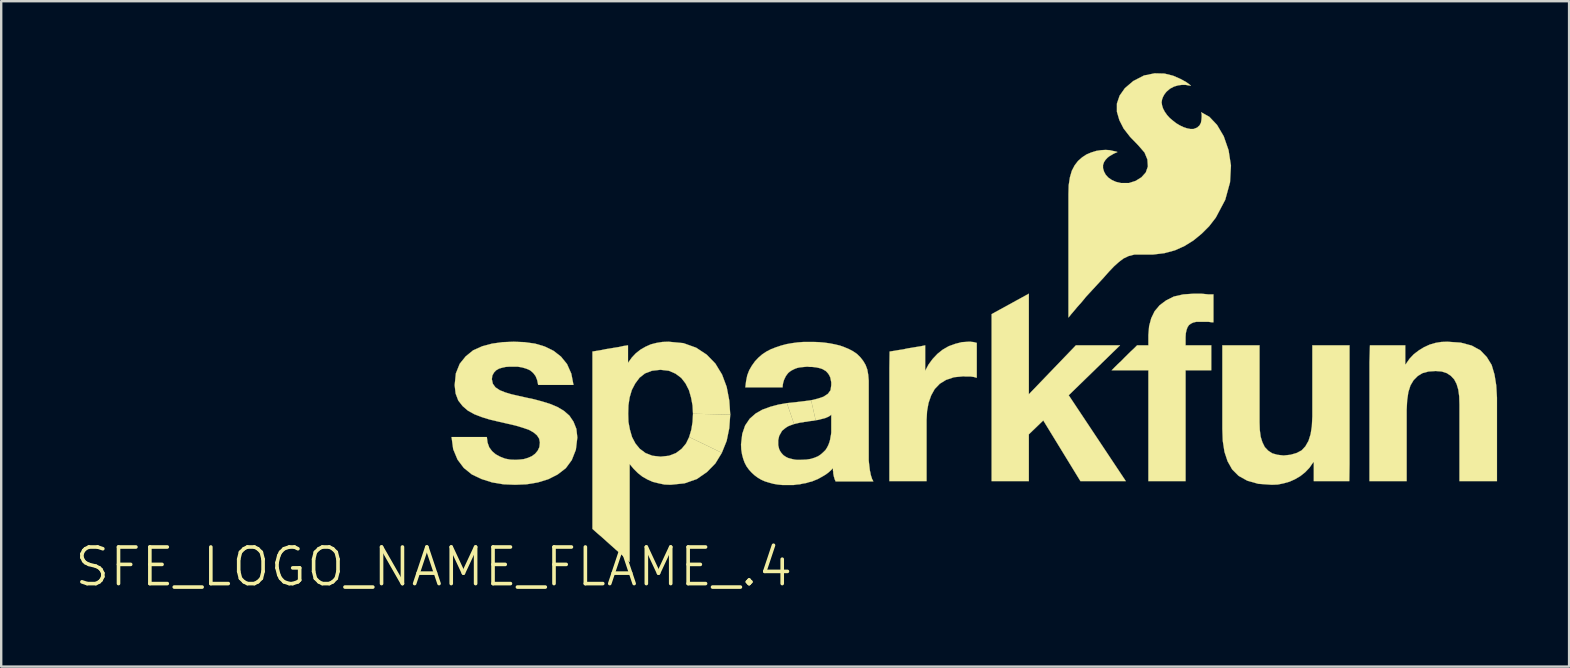
<source format=kicad_pcb>
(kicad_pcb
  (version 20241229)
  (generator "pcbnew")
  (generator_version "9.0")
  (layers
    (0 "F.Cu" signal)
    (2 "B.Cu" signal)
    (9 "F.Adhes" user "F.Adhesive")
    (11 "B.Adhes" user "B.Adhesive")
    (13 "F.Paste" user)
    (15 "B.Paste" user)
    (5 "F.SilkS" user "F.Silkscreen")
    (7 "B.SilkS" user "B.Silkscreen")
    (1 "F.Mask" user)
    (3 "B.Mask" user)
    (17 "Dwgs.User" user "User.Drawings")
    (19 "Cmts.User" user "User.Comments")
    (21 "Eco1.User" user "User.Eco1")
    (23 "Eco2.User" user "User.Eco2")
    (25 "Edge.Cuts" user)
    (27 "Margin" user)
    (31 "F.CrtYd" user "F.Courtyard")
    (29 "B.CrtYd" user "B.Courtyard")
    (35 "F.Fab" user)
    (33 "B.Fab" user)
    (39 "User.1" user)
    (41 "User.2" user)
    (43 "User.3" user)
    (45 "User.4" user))
  (footprint "SFE_LOGO_NAME_FLAME_.4"
    (layer "F.Cu")
    (at 15.022 20.564)
    (property "Reference" "SFE_LOGO_NAME_FLAME_.4" (at 0 0 0) (layer "F.SilkS") (effects (font (size 1.524 1.524) (thickness 0.15))))
    (attr exclude_from_pos_files exclude_from_bom)
    (fp_poly (pts (xy 10.638 -5.408) (xy 10.729 -5.718) (xy 10.78 -6.038) (xy 10.798 -6.378) (xy 12.349 -6.34) (xy 12.309 -5.779) (xy 12.2 -5.248) (xy 11.999 -4.75)) (stroke (width 0.01) (type solid)) (fill yes) (layer "F.SilkS"))
    (fp_poly (pts (xy 23.238 -10.528) (xy 24.788 -11.379) (xy 24.788 -7.188) (xy 26.749 -9.228) (xy 28.588 -9.228) (xy 26.449 -7.148) (xy 28.829 -3.569) (xy 26.939 -3.569) (xy 25.39 -6.099) (xy 24.788 -5.519) (xy 24.788 -3.569) (xy 23.238 -3.569)) (stroke (width 0.01) (type solid)) (fill yes) (layer "F.SilkS"))
    (fp_poly (pts (xy 14.709 -6.82) (xy 15.07 -6.858) (xy 15.408 -6.899) (xy 15.718 -6.939) (xy 15.908 -6.109) (xy 15.819 -6.088) (xy 15.728 -6.078) (xy 15.639 -6.068) (xy 15.54 -6.048) (xy 15.448 -6.038) (xy 15.359 -6.02) (xy 15.268 -6.01) (xy 15.179 -5.989) (xy 15.088 -5.969) (xy 15.009 -5.949)) (stroke (width 0.01) (type solid)) (fill yes) (layer "F.SilkS"))
    (fp_poly (pts (xy 38.138 -3.569) (xy 36.66 -3.569) (xy 36.66 -4.359) (xy 36.639 -4.359) (xy 36.479 -4.128) (xy 36.299 -3.94) (xy 36.098 -3.78) (xy 35.877 -3.65) (xy 35.649 -3.548) (xy 35.408 -3.48) (xy 35.159 -3.429) (xy 34.91 -3.419) (xy 34.348 -3.459) (xy 33.889 -3.589) (xy 33.528 -3.79) (xy 33.259 -4.059) (xy 33.068 -4.399) (xy 32.939 -4.788) (xy 32.868 -5.248) (xy 32.85 -5.748) (xy 32.85 -9.228) (xy 34.399 -9.228) (xy 34.399 -6.03) (xy 34.409 -5.71) (xy 34.447 -5.418) (xy 34.519 -5.189) (xy 34.618 -4.989) (xy 34.76 -4.839) (xy 34.928 -4.729) (xy 35.138 -4.669) (xy 35.4 -4.638) (xy 35.69 -4.669) (xy 35.938 -4.74) (xy 36.149 -4.849) (xy 36.309 -5.019) (xy 36.439 -5.248) (xy 36.528 -5.53) (xy 36.579 -5.86) (xy 36.599 -6.259) (xy 36.599 -9.228) (xy 38.148 -9.228) (xy 38.148 -4.28)) (stroke (width 0.01) (type solid)) (fill yes) (layer "F.SilkS"))
    (fp_poly (pts (xy 38.999 -9.228) (xy 40.47 -9.228) (xy 40.47 -8.438) (xy 40.488 -8.438) (xy 40.648 -8.669) (xy 40.828 -8.86) (xy 41.039 -9.02) (xy 41.25 -9.149) (xy 41.488 -9.258) (xy 41.73 -9.329) (xy 41.968 -9.368) (xy 42.22 -9.378) (xy 42.779 -9.34) (xy 43.238 -9.218) (xy 43.599 -9.02) (xy 43.868 -8.738) (xy 44.069 -8.41) (xy 44.188 -8.009) (xy 44.26 -7.559) (xy 44.29 -7.048) (xy 44.29 -3.569) (xy 42.728 -3.569) (xy 42.728 -6.769) (xy 42.718 -7.099) (xy 42.68 -7.379) (xy 42.608 -7.62) (xy 42.509 -7.808) (xy 42.37 -7.958) (xy 42.2 -8.07) (xy 41.989 -8.138) (xy 41.74 -8.158) (xy 41.438 -8.138) (xy 41.189 -8.07) (xy 40.988 -7.948) (xy 40.818 -7.777) (xy 40.688 -7.559) (xy 40.599 -7.28) (xy 40.549 -6.939) (xy 40.528 -6.538) (xy 40.528 -3.569) (xy 38.979 -3.569) (xy 38.979 -8.519)) (stroke (width 0.01) (type solid)) (fill yes) (layer "F.SilkS"))
    (fp_poly (pts (xy 18.989 -8.969) (xy 19.18 -8.999) (xy 19.36 -9.03) (xy 19.548 -9.058) (xy 19.728 -9.098) (xy 19.919 -9.129) (xy 20.099 -9.159) (xy 20.29 -9.19) (xy 20.47 -9.228) (xy 20.47 -8.179) (xy 20.477 -8.179) (xy 20.61 -8.428) (xy 20.78 -8.659) (xy 20.978 -8.87) (xy 21.199 -9.047) (xy 21.448 -9.19) (xy 21.72 -9.289) (xy 21.999 -9.36) (xy 22.278 -9.378) (xy 22.37 -9.378) (xy 22.418 -9.368) (xy 22.459 -9.368) (xy 22.499 -9.36) (xy 22.54 -9.35) (xy 22.578 -9.34) (xy 22.619 -9.329) (xy 22.619 -7.879) (xy 22.568 -7.889) (xy 22.499 -7.91) (xy 22.428 -7.92) (xy 22.36 -7.93) (xy 22.139 -7.93) (xy 22.068 -7.938) (xy 21.669 -7.899) (xy 21.339 -7.788) (xy 21.079 -7.628) (xy 20.869 -7.409) (xy 20.719 -7.14) (xy 20.61 -6.828) (xy 20.549 -6.49) (xy 20.528 -6.119) (xy 20.528 -3.569) (xy 18.979 -3.569) (xy 18.979 -8.288)) (stroke (width 0.01) (type solid)) (fill yes) (layer "F.SilkS"))
    (fp_poly (pts (xy 29.769 -8.189) (xy 28.24 -8.189) (xy 28.369 -8.319) (xy 28.499 -8.448) (xy 28.639 -8.578) (xy 28.768 -8.71) (xy 28.898 -8.839) (xy 29.03 -8.969) (xy 29.169 -9.098) (xy 29.299 -9.228) (xy 29.769 -9.228) (xy 29.769 -9.66) (xy 29.799 -10.028) (xy 29.888 -10.358) (xy 30.028 -10.648) (xy 30.239 -10.899) (xy 30.508 -11.1) (xy 30.828 -11.26) (xy 31.219 -11.349) (xy 31.659 -11.379) (xy 31.968 -11.379) (xy 32.078 -11.369) (xy 32.179 -11.359) (xy 32.278 -11.349) (xy 32.479 -11.349) (xy 32.479 -10.188) (xy 32.408 -10.188) (xy 32.339 -10.198) (xy 32.268 -10.208) (xy 31.768 -10.208) (xy 31.638 -10.178) (xy 31.539 -10.13) (xy 31.458 -10.069) (xy 31.399 -9.98) (xy 31.359 -9.868) (xy 31.328 -9.728) (xy 31.318 -9.568) (xy 31.318 -9.228) (xy 32.388 -9.228) (xy 32.388 -8.189) (xy 31.318 -8.189) (xy 31.318 -3.569) (xy 29.769 -3.569) (xy 29.769 -7.61)) (stroke (width 0.01) (type solid)) (fill yes) (layer "F.SilkS"))
    (fp_poly (pts (xy 11.999 -4.75) (xy 11.73 -4.308) (xy 11.379 -3.95) (xy 10.958 -3.658) (xy 10.45 -3.48) (xy 9.868 -3.419) (xy 9.609 -3.429) (xy 9.368 -3.48) (xy 9.129 -3.538) (xy 8.898 -3.64) (xy 8.689 -3.759) (xy 8.499 -3.909) (xy 8.329 -4.079) (xy 8.169 -4.27) (xy 8.158 -4.27) (xy 8.158 -0.198) (xy 7.968 -0.368) (xy 7.777 -0.549) (xy 7.579 -0.719) (xy 7.389 -0.889) (xy 7.188 -1.069) (xy 6.998 -1.24) (xy 6.8 -1.41) (xy 6.609 -1.58) (xy 6.609 -8.969) (xy 6.789 -8.999) (xy 6.98 -9.03) (xy 7.158 -9.068) (xy 7.348 -9.098) (xy 7.529 -9.129) (xy 7.719 -9.159) (xy 7.899 -9.2) (xy 8.09 -9.228) (xy 8.09 -8.509) (xy 8.098 -8.509) (xy 8.25 -8.72) (xy 8.418 -8.898) (xy 8.608 -9.047) (xy 8.819 -9.169) (xy 9.04 -9.268) (xy 9.279 -9.329) (xy 9.52 -9.368) (xy 9.779 -9.378) (xy 10.399 -9.319) (xy 10.93 -9.129) (xy 11.369 -8.839) (xy 11.73 -8.468) (xy 12.009 -8.009) (xy 12.2 -7.498) (xy 12.309 -6.929) (xy 12.349 -6.34) (xy 10.798 -6.378) (xy 10.78 -6.718) (xy 10.719 -7.048) (xy 10.63 -7.358) (xy 10.488 -7.638) (xy 10.31 -7.869) (xy 10.069 -8.049) (xy 9.789 -8.169) (xy 9.439 -8.209) (xy 9.088 -8.169) (xy 8.799 -8.059) (xy 8.57 -7.879) (xy 8.39 -7.638) (xy 8.25 -7.369) (xy 8.158 -7.059) (xy 8.108 -6.728) (xy 8.098 -6.378) (xy 8.108 -6.038) (xy 8.169 -5.718) (xy 8.258 -5.408) (xy 8.4 -5.138) (xy 8.578 -4.92) (xy 8.819 -4.74) (xy 9.108 -4.628) (xy 9.449 -4.59) (xy 9.799 -4.628) (xy 10.089 -4.74) (xy 10.328 -4.92) (xy 10.508 -5.138) (xy 10.638 -5.408)) (stroke (width 0.01) (type solid)) (fill yes) (layer "F.SilkS"))
    (fp_poly (pts (xy 2.21 -5.408) (xy 2.238 -5.179) (xy 2.309 -4.978) (xy 2.428 -4.818) (xy 2.578 -4.689) (xy 2.758 -4.59) (xy 2.969 -4.508) (xy 3.178 -4.468) (xy 3.409 -4.458) (xy 3.569 -4.468) (xy 3.749 -4.488) (xy 3.919 -4.539) (xy 4.079 -4.608) (xy 4.219 -4.709) (xy 4.328 -4.839) (xy 4.399 -4.989) (xy 4.42 -5.179) (xy 4.389 -5.339) (xy 4.298 -5.479) (xy 4.158 -5.598) (xy 3.96 -5.71) (xy 3.698 -5.799) (xy 3.399 -5.888) (xy 3.048 -5.969) (xy 2.659 -6.058) (xy 2.319 -6.139) (xy 1.999 -6.238) (xy 1.689 -6.358) (xy 1.42 -6.507) (xy 1.199 -6.698) (xy 1.019 -6.929) (xy 0.909 -7.219) (xy 0.869 -7.569) (xy 0.919 -8.059) (xy 1.079 -8.458) (xy 1.328 -8.768) (xy 1.638 -9.02) (xy 2.019 -9.19) (xy 2.428 -9.299) (xy 2.868 -9.36) (xy 3.33 -9.378) (xy 3.78 -9.36) (xy 4.219 -9.299) (xy 4.618 -9.18) (xy 4.989 -8.999) (xy 5.298 -8.758) (xy 5.55 -8.448) (xy 5.728 -8.049) (xy 5.819 -7.579) (xy 4.348 -7.579) (xy 4.308 -7.777) (xy 4.239 -7.948) (xy 4.138 -8.08) (xy 4.008 -8.189) (xy 3.848 -8.258) (xy 3.678 -8.308) (xy 3.49 -8.339) (xy 3.15 -8.339) (xy 3 -8.329) (xy 2.857 -8.298) (xy 2.718 -8.258) (xy 2.598 -8.189) (xy 2.51 -8.098) (xy 2.438 -7.968) (xy 2.418 -7.818) (xy 2.459 -7.628) (xy 2.568 -7.478) (xy 2.748 -7.358) (xy 2.969 -7.269) (xy 3.239 -7.188) (xy 3.538 -7.12) (xy 3.858 -7.048) (xy 4.178 -6.98) (xy 4.519 -6.888) (xy 4.839 -6.789) (xy 5.149 -6.66) (xy 5.418 -6.5) (xy 5.649 -6.299) (xy 5.819 -6.048) (xy 5.939 -5.748) (xy 5.979 -5.39) (xy 5.918 -4.879) (xy 5.748 -4.448) (xy 5.499 -4.11) (xy 5.159 -3.848) (xy 4.768 -3.65) (xy 4.338 -3.518) (xy 3.868 -3.439) (xy 3.388 -3.419) (xy 2.898 -3.439) (xy 2.428 -3.518) (xy 1.989 -3.658) (xy 1.587 -3.848) (xy 1.25 -4.12) (xy 0.988 -4.468) (xy 0.808 -4.9) (xy 0.739 -5.408) (xy 2.029 -5.408)) (stroke (width 0.01) (type solid)) (fill yes) (layer "F.SilkS"))
    (fp_poly (pts (xy 31.968 -18.938) (xy 31.979 -18.908) (xy 31.989 -18.839) (xy 31.989 -18.738) (xy 31.979 -18.618) (xy 31.958 -18.499) (xy 31.9 -18.39) (xy 31.798 -18.298) (xy 31.648 -18.24) (xy 31.519 -18.24) (xy 31.379 -18.268) (xy 31.229 -18.318) (xy 31.079 -18.39) (xy 30.93 -18.479) (xy 30.79 -18.588) (xy 30.658 -18.699) (xy 30.549 -18.819) (xy 30.45 -18.959) (xy 30.378 -19.098) (xy 30.338 -19.228) (xy 30.32 -19.35) (xy 30.338 -19.469) (xy 30.378 -19.578) (xy 30.439 -19.688) (xy 30.518 -19.789) (xy 30.668 -19.919) (xy 30.838 -20.008) (xy 31.008 -20.058) (xy 31.168 -20.079) (xy 31.318 -20.079) (xy 31.43 -20.058) (xy 31.509 -20.048) (xy 31.539 -20.048) (xy 31.488 -20.089) (xy 31.339 -20.198) (xy 31.1 -20.328) (xy 30.797 -20.46) (xy 30.439 -20.549) (xy 30.028 -20.559) (xy 29.588 -20.47) (xy 29.139 -20.239) (xy 28.788 -19.939) (xy 28.57 -19.629) (xy 28.458 -19.299) (xy 28.458 -18.959) (xy 28.56 -18.608) (xy 28.738 -18.258) (xy 29.009 -17.91) (xy 29.34 -17.569) (xy 29.609 -17.259) (xy 29.728 -16.97) (xy 29.748 -16.678) (xy 29.66 -16.429) (xy 29.479 -16.228) (xy 29.238 -16.078) (xy 28.959 -15.989) (xy 28.628 -15.989) (xy 28.418 -16.038) (xy 28.24 -16.119) (xy 28.097 -16.218) (xy 27.988 -16.34) (xy 27.92 -16.469) (xy 27.879 -16.609) (xy 27.879 -16.739) (xy 27.92 -16.858) (xy 27.978 -16.949) (xy 28.059 -17.038) (xy 28.148 -17.109) (xy 28.25 -17.168) (xy 28.339 -17.219) (xy 28.41 -17.249) (xy 28.458 -17.269) (xy 28.478 -17.28) (xy 28.458 -17.29) (xy 28.39 -17.308) (xy 28.288 -17.328) (xy 28.158 -17.358) (xy 27.988 -17.369) (xy 27.798 -17.358) (xy 27.6 -17.328) (xy 27.379 -17.259) (xy 27.188 -17.178) (xy 27.008 -17.059) (xy 26.838 -16.909) (xy 26.698 -16.728) (xy 26.579 -16.5) (xy 26.5 -16.228) (xy 26.449 -15.898) (xy 26.439 -15.519) (xy 26.439 -10.389) (xy 26.469 -10.419) (xy 26.538 -10.508) (xy 26.65 -10.638) (xy 26.8 -10.818) (xy 26.98 -11.019) (xy 27.178 -11.26) (xy 27.409 -11.509) (xy 27.638 -11.758) (xy 27.899 -12.04) (xy 28.128 -12.299) (xy 28.339 -12.52) (xy 28.539 -12.7) (xy 28.738 -12.85) (xy 28.948 -12.949) (xy 29.19 -13.01) (xy 29.959 -13.01) (xy 30.439 -13.068) (xy 30.879 -13.188) (xy 31.278 -13.368) (xy 31.648 -13.599) (xy 31.989 -13.879) (xy 32.299 -14.188) (xy 32.578 -14.549) (xy 32.969 -15.288) (xy 33.17 -16.02) (xy 33.208 -16.718) (xy 33.109 -17.358) (xy 32.908 -17.937) (xy 32.629 -18.41) (xy 32.309 -18.748)) (stroke (width 0.01) (type solid)) (fill yes) (layer "F.SilkS"))
    (fp_poly (pts (xy 15.009 -5.949) (xy 14.92 -5.918) (xy 14.839 -5.888) (xy 14.768 -5.86) (xy 14.699 -5.819) (xy 14.628 -5.768) (xy 14.569 -5.718) (xy 14.508 -5.669) (xy 14.468 -5.598) (xy 14.43 -5.53) (xy 14.389 -5.458) (xy 14.369 -5.37) (xy 14.348 -5.278) (xy 14.348 -5.07) (xy 14.369 -4.978) (xy 14.389 -4.9) (xy 14.43 -4.818) (xy 14.468 -4.76) (xy 14.519 -4.699) (xy 14.569 -4.648) (xy 14.638 -4.6) (xy 14.709 -4.559) (xy 14.778 -4.529) (xy 14.859 -4.508) (xy 14.938 -4.488) (xy 15.029 -4.468) (xy 15.118 -4.458) (xy 15.298 -4.458) (xy 15.519 -4.468) (xy 15.71 -4.498) (xy 15.87 -4.549) (xy 16.01 -4.608) (xy 16.129 -4.689) (xy 16.228 -4.778) (xy 16.32 -4.869) (xy 16.388 -4.978) (xy 16.439 -5.08) (xy 16.48 -5.189) (xy 16.51 -5.298) (xy 16.528 -5.408) (xy 16.548 -5.509) (xy 16.558 -5.598) (xy 16.558 -6.34) (xy 16.51 -6.299) (xy 16.449 -6.259) (xy 16.378 -6.228) (xy 16.309 -6.198) (xy 16.238 -6.18) (xy 16.159 -6.16) (xy 16.078 -6.139) (xy 15.999 -6.119) (xy 15.908 -6.109) (xy 15.718 -6.939) (xy 15.999 -7.008) (xy 16.238 -7.089) (xy 16.419 -7.209) (xy 16.528 -7.358) (xy 16.558 -7.569) (xy 16.558 -7.689) (xy 16.538 -7.788) (xy 16.518 -7.889) (xy 16.48 -7.968) (xy 16.439 -8.039) (xy 16.388 -8.098) (xy 16.33 -8.158) (xy 16.259 -8.199) (xy 16.19 -8.24) (xy 16.109 -8.268) (xy 16.03 -8.288) (xy 15.938 -8.308) (xy 15.85 -8.319) (xy 15.758 -8.329) (xy 15.659 -8.329) (xy 15.557 -8.339) (xy 15.448 -8.329) (xy 15.339 -8.319) (xy 15.24 -8.308) (xy 15.149 -8.288) (xy 15.06 -8.258) (xy 14.978 -8.219) (xy 14.9 -8.179) (xy 14.839 -8.138) (xy 14.768 -8.08) (xy 14.719 -8.019) (xy 14.668 -7.948) (xy 14.628 -7.869) (xy 14.59 -7.788) (xy 14.559 -7.689) (xy 14.539 -7.59) (xy 14.529 -7.478) (xy 12.979 -7.478) (xy 13.01 -7.739) (xy 13.058 -7.978) (xy 13.139 -8.189) (xy 13.249 -8.379) (xy 13.378 -8.56) (xy 13.518 -8.71) (xy 13.678 -8.849) (xy 13.858 -8.969) (xy 14.049 -9.068) (xy 14.26 -9.149) (xy 14.468 -9.218) (xy 14.699 -9.279) (xy 14.928 -9.319) (xy 15.159 -9.35) (xy 15.397 -9.368) (xy 15.85 -9.368) (xy 16.058 -9.36) (xy 16.279 -9.34) (xy 16.5 -9.309) (xy 16.708 -9.268) (xy 16.919 -9.218) (xy 17.109 -9.149) (xy 17.3 -9.068) (xy 17.468 -8.979) (xy 17.628 -8.87) (xy 17.77 -8.73) (xy 17.889 -8.578) (xy 17.988 -8.41) (xy 18.059 -8.219) (xy 18.098 -7.998) (xy 18.118 -7.76) (xy 18.118 -4.44) (xy 18.128 -4.338) (xy 18.138 -4.249) (xy 18.148 -4.168) (xy 18.158 -4.079) (xy 18.169 -3.998) (xy 18.189 -3.919) (xy 18.199 -3.848) (xy 18.219 -3.78) (xy 18.24 -3.719) (xy 18.258 -3.658) (xy 18.288 -3.609) (xy 18.308 -3.559) (xy 16.739 -3.559) (xy 16.728 -3.589) (xy 16.708 -3.63) (xy 16.698 -3.658) (xy 16.688 -3.688) (xy 16.678 -3.729) (xy 16.667 -3.759) (xy 16.66 -3.8) (xy 16.65 -3.828) (xy 16.65 -3.858) (xy 16.64 -3.899) (xy 16.64 -3.967) (xy 16.629 -3.998) (xy 16.629 -4.11) (xy 16.528 -4.008) (xy 16.439 -3.929) (xy 16.33 -3.848) (xy 16.218 -3.78) (xy 16.109 -3.719) (xy 15.999 -3.658) (xy 15.878 -3.609) (xy 15.758 -3.559) (xy 15.629 -3.528) (xy 15.509 -3.49) (xy 15.38 -3.47) (xy 15.248 -3.439) (xy 15.118 -3.429) (xy 14.989 -3.409) (xy 14.529 -3.409) (xy 14.328 -3.429) (xy 14.148 -3.459) (xy 13.97 -3.508) (xy 13.8 -3.559) (xy 13.64 -3.63) (xy 13.49 -3.719) (xy 13.358 -3.818) (xy 13.238 -3.929) (xy 13.129 -4.049) (xy 13.028 -4.188) (xy 12.949 -4.338) (xy 12.888 -4.508) (xy 12.84 -4.689) (xy 12.809 -4.889) (xy 12.799 -5.098) (xy 12.85 -5.54) (xy 12.969 -5.888) (xy 13.16 -6.17) (xy 13.409 -6.388) (xy 13.688 -6.548) (xy 14.018 -6.668) (xy 14.359 -6.759) (xy 14.709 -6.82)) (stroke (width 0.01) (type solid)) (fill yes) (layer "F.SilkS")))
  (gr_rect
    (start -3 -3)
    (end 62.317 24.719)
    (stroke (width 0.1) (type default))
    (fill no)
    (layer "Edge.Cuts")))
</source>
